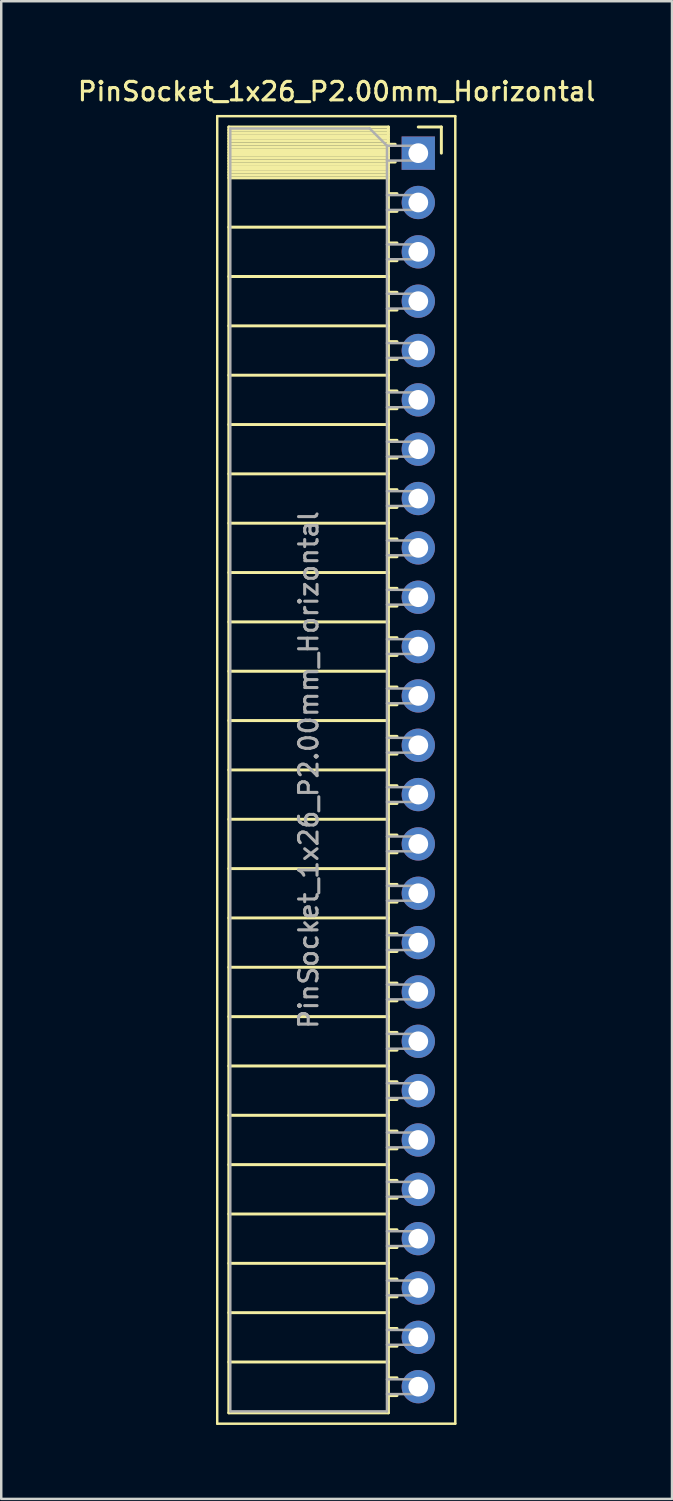
<source format=kicad_pcb>
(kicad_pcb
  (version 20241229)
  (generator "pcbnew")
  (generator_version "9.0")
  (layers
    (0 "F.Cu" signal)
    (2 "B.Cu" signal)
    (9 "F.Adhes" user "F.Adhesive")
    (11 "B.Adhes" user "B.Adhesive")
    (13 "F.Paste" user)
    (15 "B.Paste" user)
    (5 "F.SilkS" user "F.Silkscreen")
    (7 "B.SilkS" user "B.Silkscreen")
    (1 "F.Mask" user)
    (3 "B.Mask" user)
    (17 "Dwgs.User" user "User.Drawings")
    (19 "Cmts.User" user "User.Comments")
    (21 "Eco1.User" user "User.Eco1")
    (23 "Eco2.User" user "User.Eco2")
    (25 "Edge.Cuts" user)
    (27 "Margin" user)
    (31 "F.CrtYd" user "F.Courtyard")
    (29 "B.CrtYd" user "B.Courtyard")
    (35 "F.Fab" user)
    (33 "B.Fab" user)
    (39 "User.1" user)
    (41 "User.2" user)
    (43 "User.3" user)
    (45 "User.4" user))
  (footprint "PinSocket_1x26_P2.00mm_Horizontal"
    (layer "F.Cu")
    (at 13.905 3.158)
    (property "Reference" "PinSocket_1x26_P2.00mm_Horizontal" (at -3.31 -2.5 0) (layer "F.SilkS") (effects (font (size 0.75 0.75) (thickness 0.125))))
    (attr through_hole)
    (fp_line (start -8.15 -1.5) (end -8.15 51.5) (stroke (width 0.1) (type solid)) (layer "F.SilkS"))
    (fp_line (start -8.15 51.5) (end 1.5 51.5) (stroke (width 0.1) (type solid)) (layer "F.SilkS"))
    (fp_line (start -7.68 -1.06) (end -7.68 51.06) (stroke (width 0.12) (type solid)) (layer "F.SilkS"))
    (fp_line (start -7.68 -1.06) (end -1.21 -1.06) (stroke (width 0.12) (type solid)) (layer "F.SilkS"))
    (fp_line (start -7.68 -0.94) (end -1.21 -0.94) (stroke (width 0.12) (type solid)) (layer "F.SilkS"))
    (fp_line (start -7.68 -0.826) (end -1.21 -0.826) (stroke (width 0.12) (type solid)) (layer "F.SilkS"))
    (fp_line (start -7.68 -0.712) (end -1.21 -0.712) (stroke (width 0.12) (type solid)) (layer "F.SilkS"))
    (fp_line (start -7.68 -0.598) (end -1.21 -0.598) (stroke (width 0.12) (type solid)) (layer "F.SilkS"))
    (fp_line (start -7.68 -0.484) (end -1.21 -0.484) (stroke (width 0.12) (type solid)) (layer "F.SilkS"))
    (fp_line (start -7.68 -0.369) (end -1.21 -0.369) (stroke (width 0.12) (type solid)) (layer "F.SilkS"))
    (fp_line (start -7.68 -0.255) (end -1.21 -0.255) (stroke (width 0.12) (type solid)) (layer "F.SilkS"))
    (fp_line (start -7.68 -0.141) (end -1.21 -0.141) (stroke (width 0.12) (type solid)) (layer "F.SilkS"))
    (fp_line (start -7.68 -0.027) (end -1.21 -0.027) (stroke (width 0.12) (type solid)) (layer "F.SilkS"))
    (fp_line (start -7.68 0.087) (end -1.21 0.087) (stroke (width 0.12) (type solid)) (layer "F.SilkS"))
    (fp_line (start -7.68 0.201) (end -1.21 0.201) (stroke (width 0.12) (type solid)) (layer "F.SilkS"))
    (fp_line (start -7.68 0.315) (end -1.21 0.315) (stroke (width 0.12) (type solid)) (layer "F.SilkS"))
    (fp_line (start -7.68 0.429) (end -1.21 0.429) (stroke (width 0.12) (type solid)) (layer "F.SilkS"))
    (fp_line (start -7.68 0.544) (end -1.21 0.544) (stroke (width 0.12) (type solid)) (layer "F.SilkS"))
    (fp_line (start -7.68 0.658) (end -1.21 0.658) (stroke (width 0.12) (type solid)) (layer "F.SilkS"))
    (fp_line (start -7.68 0.772) (end -1.21 0.772) (stroke (width 0.12) (type solid)) (layer "F.SilkS"))
    (fp_line (start -7.68 0.886) (end -1.21 0.886) (stroke (width 0.12) (type solid)) (layer "F.SilkS"))
    (fp_line (start -7.68 1) (end -1.21 1) (stroke (width 0.12) (type solid)) (layer "F.SilkS"))
    (fp_line (start -7.68 3) (end -1.21 3) (stroke (width 0.12) (type solid)) (layer "F.SilkS"))
    (fp_line (start -7.68 5) (end -1.21 5) (stroke (width 0.12) (type solid)) (layer "F.SilkS"))
    (fp_line (start -7.68 7) (end -1.21 7) (stroke (width 0.12) (type solid)) (layer "F.SilkS"))
    (fp_line (start -7.68 9) (end -1.21 9) (stroke (width 0.12) (type solid)) (layer "F.SilkS"))
    (fp_line (start -7.68 11) (end -1.21 11) (stroke (width 0.12) (type solid)) (layer "F.SilkS"))
    (fp_line (start -7.68 13) (end -1.21 13) (stroke (width 0.12) (type solid)) (layer "F.SilkS"))
    (fp_line (start -7.68 15) (end -1.21 15) (stroke (width 0.12) (type solid)) (layer "F.SilkS"))
    (fp_line (start -7.68 17) (end -1.21 17) (stroke (width 0.12) (type solid)) (layer "F.SilkS"))
    (fp_line (start -7.68 19) (end -1.21 19) (stroke (width 0.12) (type solid)) (layer "F.SilkS"))
    (fp_line (start -7.68 21) (end -1.21 21) (stroke (width 0.12) (type solid)) (layer "F.SilkS"))
    (fp_line (start -7.68 23) (end -1.21 23) (stroke (width 0.12) (type solid)) (layer "F.SilkS"))
    (fp_line (start -7.68 25) (end -1.21 25) (stroke (width 0.12) (type solid)) (layer "F.SilkS"))
    (fp_line (start -7.68 27) (end -1.21 27) (stroke (width 0.12) (type solid)) (layer "F.SilkS"))
    (fp_line (start -7.68 29) (end -1.21 29) (stroke (width 0.12) (type solid)) (layer "F.SilkS"))
    (fp_line (start -7.68 31) (end -1.21 31) (stroke (width 0.12) (type solid)) (layer "F.SilkS"))
    (fp_line (start -7.68 33) (end -1.21 33) (stroke (width 0.12) (type solid)) (layer "F.SilkS"))
    (fp_line (start -7.68 35) (end -1.21 35) (stroke (width 0.12) (type solid)) (layer "F.SilkS"))
    (fp_line (start -7.68 37) (end -1.21 37) (stroke (width 0.12) (type solid)) (layer "F.SilkS"))
    (fp_line (start -7.68 39) (end -1.21 39) (stroke (width 0.12) (type solid)) (layer "F.SilkS"))
    (fp_line (start -7.68 41) (end -1.21 41) (stroke (width 0.12) (type solid)) (layer "F.SilkS"))
    (fp_line (start -7.68 43) (end -1.21 43) (stroke (width 0.12) (type solid)) (layer "F.SilkS"))
    (fp_line (start -7.68 45) (end -1.21 45) (stroke (width 0.12) (type solid)) (layer "F.SilkS"))
    (fp_line (start -7.68 47) (end -1.21 47) (stroke (width 0.12) (type solid)) (layer "F.SilkS"))
    (fp_line (start -7.68 49) (end -1.21 49) (stroke (width 0.12) (type solid)) (layer "F.SilkS"))
    (fp_line (start -7.68 51.06) (end -1.21 51.06) (stroke (width 0.12) (type solid)) (layer "F.SilkS"))
    (fp_line (start -1.21 -1.06) (end -1.21 51.06) (stroke (width 0.12) (type solid)) (layer "F.SilkS"))
    (fp_line (start -1.21 -0.36) (end -0.935 -0.36) (stroke (width 0.12) (type solid)) (layer "F.SilkS"))
    (fp_line (start -1.21 0.36) (end -0.935 0.36) (stroke (width 0.12) (type solid)) (layer "F.SilkS"))
    (fp_line (start -1.21 1.64) (end -0.863 1.64) (stroke (width 0.12) (type solid)) (layer "F.SilkS"))
    (fp_line (start -1.21 2.36) (end -0.863 2.36) (stroke (width 0.12) (type solid)) (layer "F.SilkS"))
    (fp_line (start -1.21 3.64) (end -0.863 3.64) (stroke (width 0.12) (type solid)) (layer "F.SilkS"))
    (fp_line (start -1.21 4.36) (end -0.863 4.36) (stroke (width 0.12) (type solid)) (layer "F.SilkS"))
    (fp_line (start -1.21 5.64) (end -0.863 5.64) (stroke (width 0.12) (type solid)) (layer "F.SilkS"))
    (fp_line (start -1.21 6.36) (end -0.863 6.36) (stroke (width 0.12) (type solid)) (layer "F.SilkS"))
    (fp_line (start -1.21 7.64) (end -0.863 7.64) (stroke (width 0.12) (type solid)) (layer "F.SilkS"))
    (fp_line (start -1.21 8.36) (end -0.863 8.36) (stroke (width 0.12) (type solid)) (layer "F.SilkS"))
    (fp_line (start -1.21 9.64) (end -0.863 9.64) (stroke (width 0.12) (type solid)) (layer "F.SilkS"))
    (fp_line (start -1.21 10.36) (end -0.863 10.36) (stroke (width 0.12) (type solid)) (layer "F.SilkS"))
    (fp_line (start -1.21 11.64) (end -0.863 11.64) (stroke (width 0.12) (type solid)) (layer "F.SilkS"))
    (fp_line (start -1.21 12.36) (end -0.863 12.36) (stroke (width 0.12) (type solid)) (layer "F.SilkS"))
    (fp_line (start -1.21 13.64) (end -0.863 13.64) (stroke (width 0.12) (type solid)) (layer "F.SilkS"))
    (fp_line (start -1.21 14.36) (end -0.863 14.36) (stroke (width 0.12) (type solid)) (layer "F.SilkS"))
    (fp_line (start -1.21 15.64) (end -0.863 15.64) (stroke (width 0.12) (type solid)) (layer "F.SilkS"))
    (fp_line (start -1.21 16.36) (end -0.863 16.36) (stroke (width 0.12) (type solid)) (layer "F.SilkS"))
    (fp_line (start -1.21 17.64) (end -0.863 17.64) (stroke (width 0.12) (type solid)) (layer "F.SilkS"))
    (fp_line (start -1.21 18.36) (end -0.863 18.36) (stroke (width 0.12) (type solid)) (layer "F.SilkS"))
    (fp_line (start -1.21 19.64) (end -0.863 19.64) (stroke (width 0.12) (type solid)) (layer "F.SilkS"))
    (fp_line (start -1.21 20.36) (end -0.863 20.36) (stroke (width 0.12) (type solid)) (layer "F.SilkS"))
    (fp_line (start -1.21 21.64) (end -0.863 21.64) (stroke (width 0.12) (type solid)) (layer "F.SilkS"))
    (fp_line (start -1.21 22.36) (end -0.863 22.36) (stroke (width 0.12) (type solid)) (layer "F.SilkS"))
    (fp_line (start -1.21 23.64) (end -0.863 23.64) (stroke (width 0.12) (type solid)) (layer "F.SilkS"))
    (fp_line (start -1.21 24.36) (end -0.863 24.36) (stroke (width 0.12) (type solid)) (layer "F.SilkS"))
    (fp_line (start -1.21 25.64) (end -0.863 25.64) (stroke (width 0.12) (type solid)) (layer "F.SilkS"))
    (fp_line (start -1.21 26.36) (end -0.863 26.36) (stroke (width 0.12) (type solid)) (layer "F.SilkS"))
    (fp_line (start -1.21 27.64) (end -0.863 27.64) (stroke (width 0.12) (type solid)) (layer "F.SilkS"))
    (fp_line (start -1.21 28.36) (end -0.863 28.36) (stroke (width 0.12) (type solid)) (layer "F.SilkS"))
    (fp_line (start -1.21 29.64) (end -0.863 29.64) (stroke (width 0.12) (type solid)) (layer "F.SilkS"))
    (fp_line (start -1.21 30.36) (end -0.863 30.36) (stroke (width 0.12) (type solid)) (layer "F.SilkS"))
    (fp_line (start -1.21 31.64) (end -0.863 31.64) (stroke (width 0.12) (type solid)) (layer "F.SilkS"))
    (fp_line (start -1.21 32.36) (end -0.863 32.36) (stroke (width 0.12) (type solid)) (layer "F.SilkS"))
    (fp_line (start -1.21 33.64) (end -0.863 33.64) (stroke (width 0.12) (type solid)) (layer "F.SilkS"))
    (fp_line (start -1.21 34.36) (end -0.863 34.36) (stroke (width 0.12) (type solid)) (layer "F.SilkS"))
    (fp_line (start -1.21 35.64) (end -0.863 35.64) (stroke (width 0.12) (type solid)) (layer "F.SilkS"))
    (fp_line (start -1.21 36.36) (end -0.863 36.36) (stroke (width 0.12) (type solid)) (layer "F.SilkS"))
    (fp_line (start -1.21 37.64) (end -0.863 37.64) (stroke (width 0.12) (type solid)) (layer "F.SilkS"))
    (fp_line (start -1.21 38.36) (end -0.863 38.36) (stroke (width 0.12) (type solid)) (layer "F.SilkS"))
    (fp_line (start -1.21 39.64) (end -0.863 39.64) (stroke (width 0.12) (type solid)) (layer "F.SilkS"))
    (fp_line (start -1.21 40.36) (end -0.863 40.36) (stroke (width 0.12) (type solid)) (layer "F.SilkS"))
    (fp_line (start -1.21 41.64) (end -0.863 41.64) (stroke (width 0.12) (type solid)) (layer "F.SilkS"))
    (fp_line (start -1.21 42.36) (end -0.863 42.36) (stroke (width 0.12) (type solid)) (layer "F.SilkS"))
    (fp_line (start -1.21 43.64) (end -0.863 43.64) (stroke (width 0.12) (type solid)) (layer "F.SilkS"))
    (fp_line (start -1.21 44.36) (end -0.863 44.36) (stroke (width 0.12) (type solid)) (layer "F.SilkS"))
    (fp_line (start -1.21 45.64) (end -0.863 45.64) (stroke (width 0.12) (type solid)) (layer "F.SilkS"))
    (fp_line (start -1.21 46.36) (end -0.863 46.36) (stroke (width 0.12) (type solid)) (layer "F.SilkS"))
    (fp_line (start -1.21 47.64) (end -0.863 47.64) (stroke (width 0.12) (type solid)) (layer "F.SilkS"))
    (fp_line (start -1.21 48.36) (end -0.863 48.36) (stroke (width 0.12) (type solid)) (layer "F.SilkS"))
    (fp_line (start -1.21 49.64) (end -0.863 49.64) (stroke (width 0.12) (type solid)) (layer "F.SilkS"))
    (fp_line (start -1.21 50.36) (end -0.863 50.36) (stroke (width 0.12) (type solid)) (layer "F.SilkS"))
    (fp_line (start 0 -1.06) (end 0.935 -1.06) (stroke (width 0.12) (type solid)) (layer "F.SilkS"))
    (fp_line (start 0.935 -1.06) (end 0.935 0) (stroke (width 0.12) (type solid)) (layer "F.SilkS"))
    (fp_line (start 1.5 -1.5) (end -8.15 -1.5) (stroke (width 0.1) (type solid)) (layer "F.SilkS"))
    (fp_line (start 1.5 51.5) (end 1.5 -1.5) (stroke (width 0.1) (type solid)) (layer "F.SilkS"))
    (fp_line (start -7.62 -1) (end -1.97 -1) (stroke (width 0.1) (type solid)) (layer "F.Fab"))
    (fp_line (start -7.62 51) (end -7.62 -1) (stroke (width 0.1) (type solid)) (layer "F.Fab"))
    (fp_line (start -1.97 -1) (end -1.27 -0.3) (stroke (width 0.1) (type solid)) (layer "F.Fab"))
    (fp_line (start -1.27 -0.3) (end -1.27 51) (stroke (width 0.1) (type solid)) (layer "F.Fab"))
    (fp_line (start -1.27 0.3) (end 0 0.3) (stroke (width 0.1) (type solid)) (layer "F.Fab"))
    (fp_line (start -1.27 2.3) (end 0 2.3) (stroke (width 0.1) (type solid)) (layer "F.Fab"))
    (fp_line (start -1.27 4.3) (end 0 4.3) (stroke (width 0.1) (type solid)) (layer "F.Fab"))
    (fp_line (start -1.27 6.3) (end 0 6.3) (stroke (width 0.1) (type solid)) (layer "F.Fab"))
    (fp_line (start -1.27 8.3) (end 0 8.3) (stroke (width 0.1) (type solid)) (layer "F.Fab"))
    (fp_line (start -1.27 10.3) (end 0 10.3) (stroke (width 0.1) (type solid)) (layer "F.Fab"))
    (fp_line (start -1.27 12.3) (end 0 12.3) (stroke (width 0.1) (type solid)) (layer "F.Fab"))
    (fp_line (start -1.27 14.3) (end 0 14.3) (stroke (width 0.1) (type solid)) (layer "F.Fab"))
    (fp_line (start -1.27 16.3) (end 0 16.3) (stroke (width 0.1) (type solid)) (layer "F.Fab"))
    (fp_line (start -1.27 18.3) (end 0 18.3) (stroke (width 0.1) (type solid)) (layer "F.Fab"))
    (fp_line (start -1.27 20.3) (end 0 20.3) (stroke (width 0.1) (type solid)) (layer "F.Fab"))
    (fp_line (start -1.27 22.3) (end 0 22.3) (stroke (width 0.1) (type solid)) (layer "F.Fab"))
    (fp_line (start -1.27 24.3) (end 0 24.3) (stroke (width 0.1) (type solid)) (layer "F.Fab"))
    (fp_line (start -1.27 26.3) (end 0 26.3) (stroke (width 0.1) (type solid)) (layer "F.Fab"))
    (fp_line (start -1.27 28.3) (end 0 28.3) (stroke (width 0.1) (type solid)) (layer "F.Fab"))
    (fp_line (start -1.27 30.3) (end 0 30.3) (stroke (width 0.1) (type solid)) (layer "F.Fab"))
    (fp_line (start -1.27 32.3) (end 0 32.3) (stroke (width 0.1) (type solid)) (layer "F.Fab"))
    (fp_line (start -1.27 34.3) (end 0 34.3) (stroke (width 0.1) (type solid)) (layer "F.Fab"))
    (fp_line (start -1.27 36.3) (end 0 36.3) (stroke (width 0.1) (type solid)) (layer "F.Fab"))
    (fp_line (start -1.27 38.3) (end 0 38.3) (stroke (width 0.1) (type solid)) (layer "F.Fab"))
    (fp_line (start -1.27 40.3) (end 0 40.3) (stroke (width 0.1) (type solid)) (layer "F.Fab"))
    (fp_line (start -1.27 42.3) (end 0 42.3) (stroke (width 0.1) (type solid)) (layer "F.Fab"))
    (fp_line (start -1.27 44.3) (end 0 44.3) (stroke (width 0.1) (type solid)) (layer "F.Fab"))
    (fp_line (start -1.27 46.3) (end 0 46.3) (stroke (width 0.1) (type solid)) (layer "F.Fab"))
    (fp_line (start -1.27 48.3) (end 0 48.3) (stroke (width 0.1) (type solid)) (layer "F.Fab"))
    (fp_line (start -1.27 50.3) (end 0 50.3) (stroke (width 0.1) (type solid)) (layer "F.Fab"))
    (fp_line (start -1.27 51) (end -7.62 51) (stroke (width 0.1) (type solid)) (layer "F.Fab"))
    (fp_line (start 0 -0.3) (end -1.27 -0.3) (stroke (width 0.1) (type solid)) (layer "F.Fab"))
    (fp_line (start 0 0.3) (end 0 -0.3) (stroke (width 0.1) (type solid)) (layer "F.Fab"))
    (fp_line (start 0 1.7) (end -1.27 1.7) (stroke (width 0.1) (type solid)) (layer "F.Fab"))
    (fp_line (start 0 2.3) (end 0 1.7) (stroke (width 0.1) (type solid)) (layer "F.Fab"))
    (fp_line (start 0 3.7) (end -1.27 3.7) (stroke (width 0.1) (type solid)) (layer "F.Fab"))
    (fp_line (start 0 4.3) (end 0 3.7) (stroke (width 0.1) (type solid)) (layer "F.Fab"))
    (fp_line (start 0 5.7) (end -1.27 5.7) (stroke (width 0.1) (type solid)) (layer "F.Fab"))
    (fp_line (start 0 6.3) (end 0 5.7) (stroke (width 0.1) (type solid)) (layer "F.Fab"))
    (fp_line (start 0 7.7) (end -1.27 7.7) (stroke (width 0.1) (type solid)) (layer "F.Fab"))
    (fp_line (start 0 8.3) (end 0 7.7) (stroke (width 0.1) (type solid)) (layer "F.Fab"))
    (fp_line (start 0 9.7) (end -1.27 9.7) (stroke (width 0.1) (type solid)) (layer "F.Fab"))
    (fp_line (start 0 10.3) (end 0 9.7) (stroke (width 0.1) (type solid)) (layer "F.Fab"))
    (fp_line (start 0 11.7) (end -1.27 11.7) (stroke (width 0.1) (type solid)) (layer "F.Fab"))
    (fp_line (start 0 12.3) (end 0 11.7) (stroke (width 0.1) (type solid)) (layer "F.Fab"))
    (fp_line (start 0 13.7) (end -1.27 13.7) (stroke (width 0.1) (type solid)) (layer "F.Fab"))
    (fp_line (start 0 14.3) (end 0 13.7) (stroke (width 0.1) (type solid)) (layer "F.Fab"))
    (fp_line (start 0 15.7) (end -1.27 15.7) (stroke (width 0.1) (type solid)) (layer "F.Fab"))
    (fp_line (start 0 16.3) (end 0 15.7) (stroke (width 0.1) (type solid)) (layer "F.Fab"))
    (fp_line (start 0 17.7) (end -1.27 17.7) (stroke (width 0.1) (type solid)) (layer "F.Fab"))
    (fp_line (start 0 18.3) (end 0 17.7) (stroke (width 0.1) (type solid)) (layer "F.Fab"))
    (fp_line (start 0 19.7) (end -1.27 19.7) (stroke (width 0.1) (type solid)) (layer "F.Fab"))
    (fp_line (start 0 20.3) (end 0 19.7) (stroke (width 0.1) (type solid)) (layer "F.Fab"))
    (fp_line (start 0 21.7) (end -1.27 21.7) (stroke (width 0.1) (type solid)) (layer "F.Fab"))
    (fp_line (start 0 22.3) (end 0 21.7) (stroke (width 0.1) (type solid)) (layer "F.Fab"))
    (fp_line (start 0 23.7) (end -1.27 23.7) (stroke (width 0.1) (type solid)) (layer "F.Fab"))
    (fp_line (start 0 24.3) (end 0 23.7) (stroke (width 0.1) (type solid)) (layer "F.Fab"))
    (fp_line (start 0 25.7) (end -1.27 25.7) (stroke (width 0.1) (type solid)) (layer "F.Fab"))
    (fp_line (start 0 26.3) (end 0 25.7) (stroke (width 0.1) (type solid)) (layer "F.Fab"))
    (fp_line (start 0 27.7) (end -1.27 27.7) (stroke (width 0.1) (type solid)) (layer "F.Fab"))
    (fp_line (start 0 28.3) (end 0 27.7) (stroke (width 0.1) (type solid)) (layer "F.Fab"))
    (fp_line (start 0 29.7) (end -1.27 29.7) (stroke (width 0.1) (type solid)) (layer "F.Fab"))
    (fp_line (start 0 30.3) (end 0 29.7) (stroke (width 0.1) (type solid)) (layer "F.Fab"))
    (fp_line (start 0 31.7) (end -1.27 31.7) (stroke (width 0.1) (type solid)) (layer "F.Fab"))
    (fp_line (start 0 32.3) (end 0 31.7) (stroke (width 0.1) (type solid)) (layer "F.Fab"))
    (fp_line (start 0 33.7) (end -1.27 33.7) (stroke (width 0.1) (type solid)) (layer "F.Fab"))
    (fp_line (start 0 34.3) (end 0 33.7) (stroke (width 0.1) (type solid)) (layer "F.Fab"))
    (fp_line (start 0 35.7) (end -1.27 35.7) (stroke (width 0.1) (type solid)) (layer "F.Fab"))
    (fp_line (start 0 36.3) (end 0 35.7) (stroke (width 0.1) (type solid)) (layer "F.Fab"))
    (fp_line (start 0 37.7) (end -1.27 37.7) (stroke (width 0.1) (type solid)) (layer "F.Fab"))
    (fp_line (start 0 38.3) (end 0 37.7) (stroke (width 0.1) (type solid)) (layer "F.Fab"))
    (fp_line (start 0 39.7) (end -1.27 39.7) (stroke (width 0.1) (type solid)) (layer "F.Fab"))
    (fp_line (start 0 40.3) (end 0 39.7) (stroke (width 0.1) (type solid)) (layer "F.Fab"))
    (fp_line (start 0 41.7) (end -1.27 41.7) (stroke (width 0.1) (type solid)) (layer "F.Fab"))
    (fp_line (start 0 42.3) (end 0 41.7) (stroke (width 0.1) (type solid)) (layer "F.Fab"))
    (fp_line (start 0 43.7) (end -1.27 43.7) (stroke (width 0.1) (type solid)) (layer "F.Fab"))
    (fp_line (start 0 44.3) (end 0 43.7) (stroke (width 0.1) (type solid)) (layer "F.Fab"))
    (fp_line (start 0 45.7) (end -1.27 45.7) (stroke (width 0.1) (type solid)) (layer "F.Fab"))
    (fp_line (start 0 46.3) (end 0 45.7) (stroke (width 0.1) (type solid)) (layer "F.Fab"))
    (fp_line (start 0 47.7) (end -1.27 47.7) (stroke (width 0.1) (type solid)) (layer "F.Fab"))
    (fp_line (start 0 48.3) (end 0 47.7) (stroke (width 0.1) (type solid)) (layer "F.Fab"))
    (fp_line (start 0 49.7) (end -1.27 49.7) (stroke (width 0.1) (type solid)) (layer "F.Fab"))
    (fp_line (start 0 50.3) (end 0 49.7) (stroke (width 0.1) (type solid)) (layer "F.Fab"))
    (fp_text user "${REFERENCE}" (at -4.445 25 90) (layer "F.Fab") (effects (font (size 0.75 0.75) (thickness 0.125))))
    (pad "1" thru_hole rect (at 0 0) (size 1.35 1.35) (drill 0.8) (layers "*.Cu" "*.Mask"))
    (pad "2" thru_hole oval (at 0 2) (size 1.35 1.35) (drill 0.8) (layers "*.Cu" "*.Mask"))
    (pad "3" thru_hole oval (at 0 4) (size 1.35 1.35) (drill 0.8) (layers "*.Cu" "*.Mask"))
    (pad "4" thru_hole oval (at 0 6) (size 1.35 1.35) (drill 0.8) (layers "*.Cu" "*.Mask"))
    (pad "5" thru_hole oval (at 0 8) (size 1.35 1.35) (drill 0.8) (layers "*.Cu" "*.Mask"))
    (pad "6" thru_hole oval (at 0 10) (size 1.35 1.35) (drill 0.8) (layers "*.Cu" "*.Mask"))
    (pad "7" thru_hole oval (at 0 12) (size 1.35 1.35) (drill 0.8) (layers "*.Cu" "*.Mask"))
    (pad "8" thru_hole oval (at 0 14) (size 1.35 1.35) (drill 0.8) (layers "*.Cu" "*.Mask"))
    (pad "9" thru_hole oval (at 0 16) (size 1.35 1.35) (drill 0.8) (layers "*.Cu" "*.Mask"))
    (pad "10" thru_hole oval (at 0 18) (size 1.35 1.35) (drill 0.8) (layers "*.Cu" "*.Mask"))
    (pad "11" thru_hole oval (at 0 20) (size 1.35 1.35) (drill 0.8) (layers "*.Cu" "*.Mask"))
    (pad "12" thru_hole oval (at 0 22) (size 1.35 1.35) (drill 0.8) (layers "*.Cu" "*.Mask"))
    (pad "13" thru_hole oval (at 0 24) (size 1.35 1.35) (drill 0.8) (layers "*.Cu" "*.Mask"))
    (pad "14" thru_hole oval (at 0 26) (size 1.35 1.35) (drill 0.8) (layers "*.Cu" "*.Mask"))
    (pad "15" thru_hole oval (at 0 28) (size 1.35 1.35) (drill 0.8) (layers "*.Cu" "*.Mask"))
    (pad "16" thru_hole oval (at 0 30) (size 1.35 1.35) (drill 0.8) (layers "*.Cu" "*.Mask"))
    (pad "17" thru_hole oval (at 0 32) (size 1.35 1.35) (drill 0.8) (layers "*.Cu" "*.Mask"))
    (pad "18" thru_hole oval (at 0 34) (size 1.35 1.35) (drill 0.8) (layers "*.Cu" "*.Mask"))
    (pad "19" thru_hole oval (at 0 36) (size 1.35 1.35) (drill 0.8) (layers "*.Cu" "*.Mask"))
    (pad "20" thru_hole oval (at 0 38) (size 1.35 1.35) (drill 0.8) (layers "*.Cu" "*.Mask"))
    (pad "21" thru_hole oval (at 0 40) (size 1.35 1.35) (drill 0.8) (layers "*.Cu" "*.Mask"))
    (pad "22" thru_hole oval (at 0 42) (size 1.35 1.35) (drill 0.8) (layers "*.Cu" "*.Mask"))
    (pad "23" thru_hole oval (at 0 44) (size 1.35 1.35) (drill 0.8) (layers "*.Cu" "*.Mask"))
    (pad "24" thru_hole oval (at 0 46) (size 1.35 1.35) (drill 0.8) (layers "*.Cu" "*.Mask"))
    (pad "25" thru_hole oval (at 0 48) (size 1.35 1.35) (drill 0.8) (layers "*.Cu" "*.Mask"))
    (pad "26" thru_hole oval (at 0 50) (size 1.35 1.35) (drill 0.8) (layers "*.Cu" "*.Mask")))
  (gr_rect
    (start -3 -3)
    (end 24.189 57.708)
    (stroke (width 0.1) (type default))
    (fill no)
    (layer "Edge.Cuts")))
</source>
